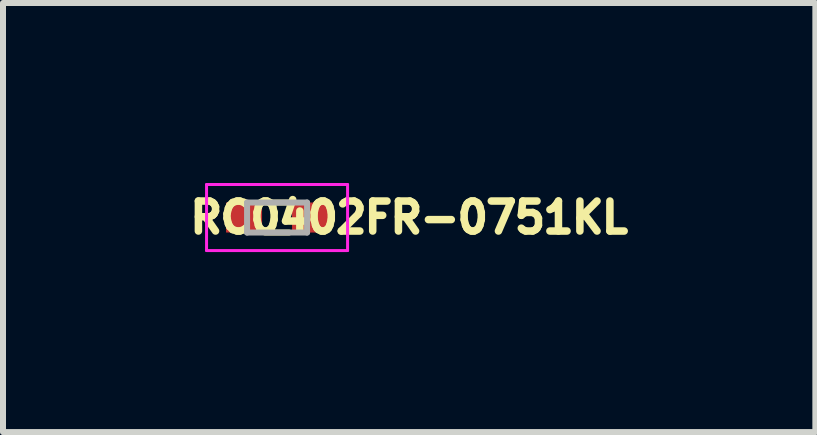
<source format=kicad_pcb>
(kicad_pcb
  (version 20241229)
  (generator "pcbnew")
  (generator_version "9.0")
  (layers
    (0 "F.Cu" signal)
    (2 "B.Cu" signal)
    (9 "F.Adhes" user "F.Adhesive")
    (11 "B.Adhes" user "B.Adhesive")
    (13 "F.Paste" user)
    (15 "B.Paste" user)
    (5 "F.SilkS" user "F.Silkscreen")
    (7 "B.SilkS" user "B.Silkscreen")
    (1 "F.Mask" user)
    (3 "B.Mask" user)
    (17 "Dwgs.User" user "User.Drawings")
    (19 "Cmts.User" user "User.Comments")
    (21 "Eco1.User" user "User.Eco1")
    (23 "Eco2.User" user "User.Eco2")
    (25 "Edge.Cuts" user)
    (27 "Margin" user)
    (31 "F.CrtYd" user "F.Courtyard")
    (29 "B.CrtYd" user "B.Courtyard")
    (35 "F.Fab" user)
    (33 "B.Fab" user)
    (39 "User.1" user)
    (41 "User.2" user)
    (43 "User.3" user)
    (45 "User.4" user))
  (footprint "RC0402FR-0751KL"
    (layer "F.Cu")
    (at 1.567 0.575)
    (property "Reference" "RC0402FR-0751KL" (at 2.201 0 0) (layer "F.SilkS") (effects (font (size 0.5 0.5) (thickness 0.15))))
    (attr smd)
    (fp_line (start -0.2 -0.25) (end 0.2 -0.25) (stroke (width 0.1) (type solid)) (layer "F.SilkS"))
    (fp_line (start -0.2 0.25) (end 0.2 0.25) (stroke (width 0.1) (type solid)) (layer "F.SilkS"))
    (fp_line (start -1.175 -0.55) (end 1.175 -0.55) (stroke (width 0.05) (type solid)) (layer "F.CrtYd"))
    (fp_line (start -1.175 0.55) (end -1.175 -0.55) (stroke (width 0.05) (type solid)) (layer "F.CrtYd"))
    (fp_line (start 1.175 -0.55) (end 1.175 0.55) (stroke (width 0.05) (type solid)) (layer "F.CrtYd"))
    (fp_line (start 1.175 0.55) (end -1.175 0.55) (stroke (width 0.05) (type solid)) (layer "F.CrtYd"))
    (fp_line (start -0.5 -0.25) (end 0.5 -0.25) (stroke (width 0.1) (type solid)) (layer "F.Fab"))
    (fp_line (start -0.5 0.25) (end -0.5 -0.25) (stroke (width 0.1) (type solid)) (layer "F.Fab"))
    (fp_line (start 0.5 -0.25) (end 0.5 0.25) (stroke (width 0.1) (type solid)) (layer "F.Fab"))
    (fp_line (start 0.5 0.25) (end -0.5 0.25) (stroke (width 0.1) (type solid)) (layer "F.Fab"))
    (pad "1" smd rect (at -0.55 0) (size 0.6 0.5) (layers "F.Cu" "F.Mask" "F.Paste"))
    (pad "2" smd rect (at 0.55 0) (size 0.6 0.5) (layers "F.Cu" "F.Mask" "F.Paste")))
  (gr_rect
    (start -3 -3)
    (end 10.537 4.15)
    (stroke (width 0.1) (type default))
    (fill no)
    (layer "Edge.Cuts")))
</source>
